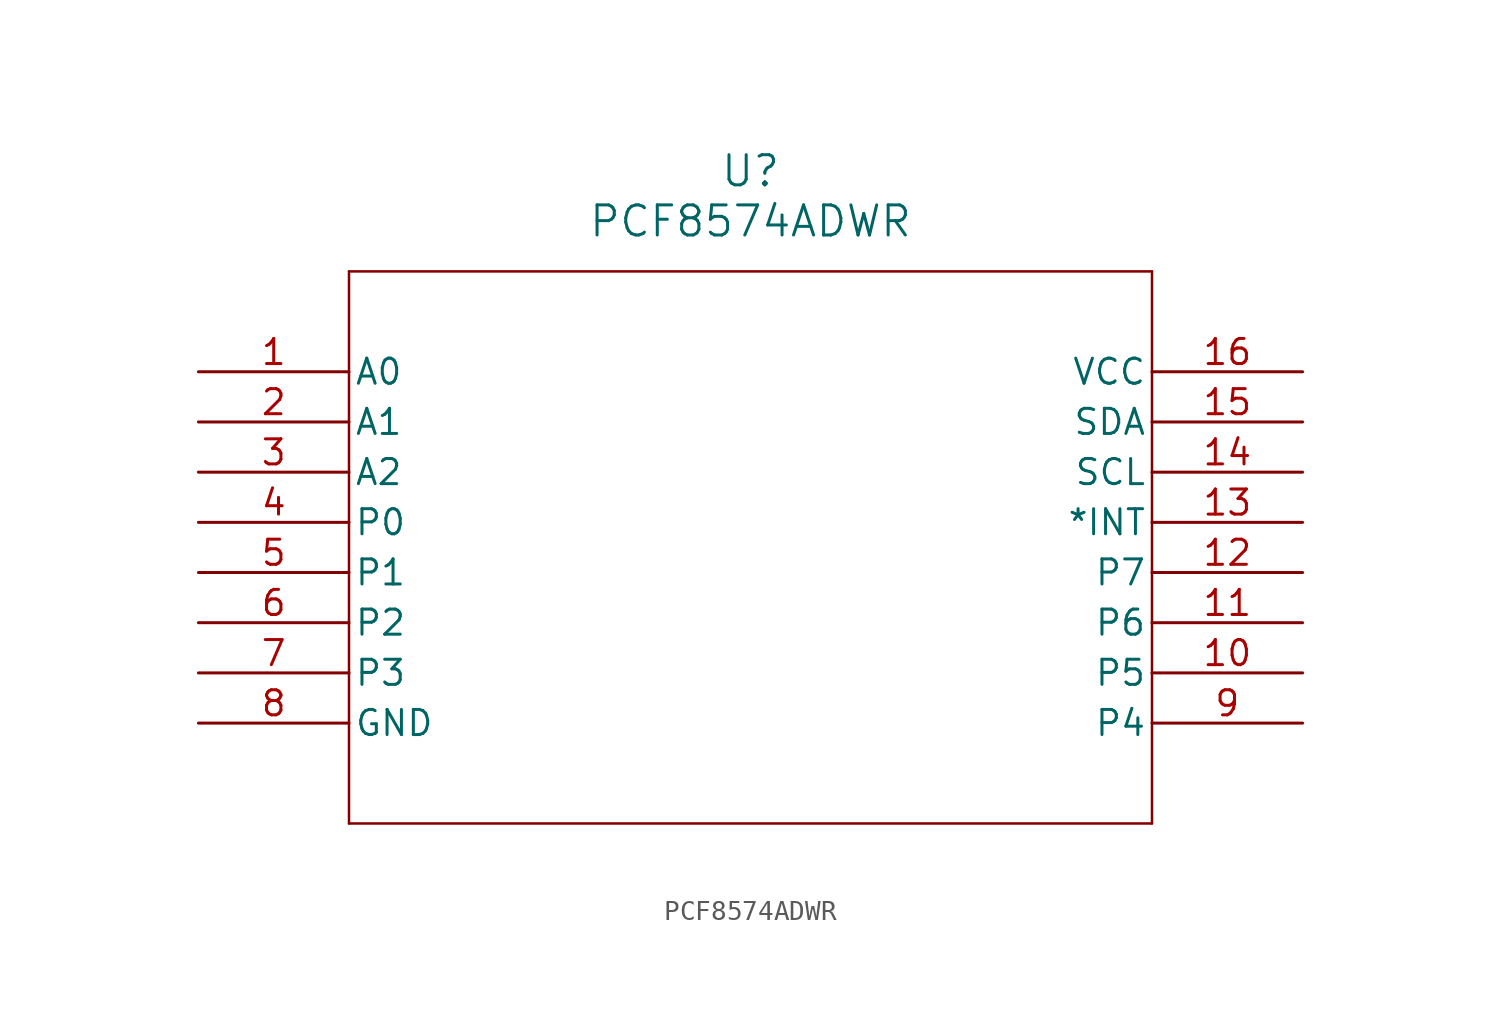
<source format=kicad_sym>
(kicad_symbol_lib
  (version 20211014)
  (generator kicad_symbol_editor)
  (symbol "PCF8574ADWR"
    (pin_names
      (offset 0.254))
    (property "Reference" "U"
      (at 27.94 10.16 0)
      (effects (font (size 1.524 1.524))))
    (property "Value" "PCF8574ADWR"
      (at 27.94 7.62 0)
      (effects (font (size 1.524 1.524))))
    (symbol "PCF8574ADWR_0_1"
      (polyline (pts (xy 7.62 5.08) (xy 7.62 -22.86)) (stroke (width 0.127) (type default) (color 0 0 0 0)) (fill (type none)))
      (polyline (pts (xy 7.62 -22.86) (xy 48.26 -22.86)) (stroke (width 0.127) (type default) (color 0 0 0 0)) (fill (type none)))
      (polyline (pts (xy 48.26 -22.86) (xy 48.26 5.08)) (stroke (width 0.127) (type default) (color 0 0 0 0)) (fill (type none)))
      (polyline (pts (xy 48.26 5.08) (xy 7.62 5.08)) (stroke (width 0.127) (type default) (color 0 0 0 0)) (fill (type none)))
      (pin input line (at 0 0 0) (length 7.62) (name "A0" (effects (font (size 1.27 1.27)))) (number "1" (effects (font (size 1.27 1.27)))))
      (pin input line (at 0 -2.54 0) (length 7.62) (name "A1" (effects (font (size 1.27 1.27)))) (number "2" (effects (font (size 1.27 1.27)))))
      (pin input line (at 0 -5.08 0) (length 7.62) (name "A2" (effects (font (size 1.27 1.27)))) (number "3" (effects (font (size 1.27 1.27)))))
      (pin bidirectional line (at 0 -7.62 0) (length 7.62) (name "P0" (effects (font (size 1.27 1.27)))) (number "4" (effects (font (size 1.27 1.27)))))
      (pin bidirectional line (at 0 -10.16 0) (length 7.62) (name "P1" (effects (font (size 1.27 1.27)))) (number "5" (effects (font (size 1.27 1.27)))))
      (pin bidirectional line (at 0 -12.7 0) (length 7.62) (name "P2" (effects (font (size 1.27 1.27)))) (number "6" (effects (font (size 1.27 1.27)))))
      (pin bidirectional line (at 0 -15.24 0) (length 7.62) (name "P3" (effects (font (size 1.27 1.27)))) (number "7" (effects (font (size 1.27 1.27)))))
      (pin power_in line (at 0 -17.78 0) (length 7.62) (name "GND" (effects (font (size 1.27 1.27)))) (number "8" (effects (font (size 1.27 1.27)))))
      (pin bidirectional line (at 55.88 -17.78 180) (length 7.62) (name "P4" (effects (font (size 1.27 1.27)))) (number "9" (effects (font (size 1.27 1.27)))))
      (pin bidirectional line (at 55.88 -15.24 180) (length 7.62) (name "P5" (effects (font (size 1.27 1.27)))) (number "10" (effects (font (size 1.27 1.27)))))
      (pin bidirectional line (at 55.88 -12.7 180) (length 7.62) (name "P6" (effects (font (size 1.27 1.27)))) (number "11" (effects (font (size 1.27 1.27)))))
      (pin bidirectional line (at 55.88 -10.16 180) (length 7.62) (name "P7" (effects (font (size 1.27 1.27)))) (number "12" (effects (font (size 1.27 1.27)))))
      (pin output line (at 55.88 -7.62 180) (length 7.62) (name "*INT" (effects (font (size 1.27 1.27)))) (number "13" (effects (font (size 1.27 1.27)))))
      (pin unspecified line (at 55.88 -5.08 180) (length 7.62) (name "SCL" (effects (font (size 1.27 1.27)))) (number "14" (effects (font (size 1.27 1.27)))))
      (pin unspecified line (at 55.88 -2.54 180) (length 7.62) (name "SDA" (effects (font (size 1.27 1.27)))) (number "15" (effects (font (size 1.27 1.27)))))
      (pin power_in line (at 55.88 0 180) (length 7.62) (name "VCC" (effects (font (size 1.27 1.27)))) (number "16" (effects (font (size 1.27 1.27))))))))
</source>
